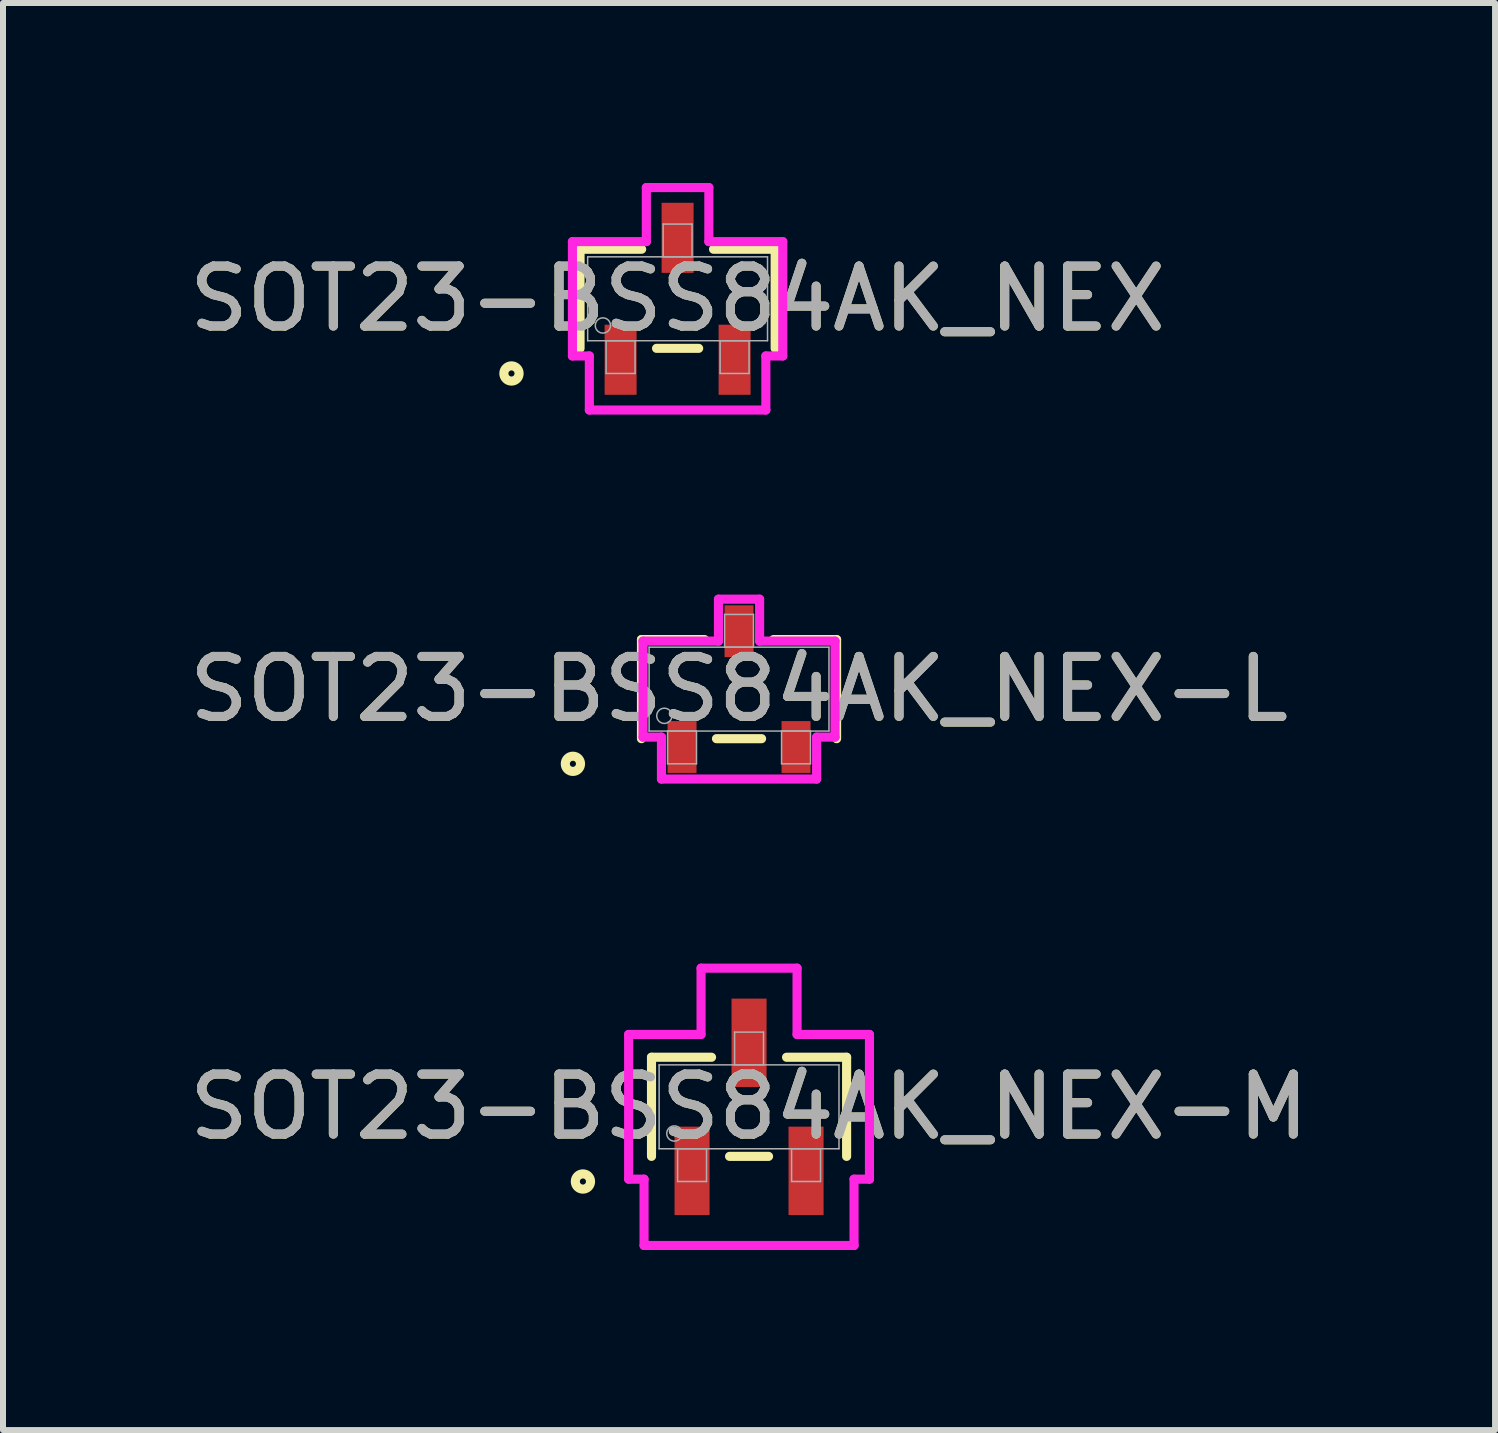
<source format=kicad_pcb>
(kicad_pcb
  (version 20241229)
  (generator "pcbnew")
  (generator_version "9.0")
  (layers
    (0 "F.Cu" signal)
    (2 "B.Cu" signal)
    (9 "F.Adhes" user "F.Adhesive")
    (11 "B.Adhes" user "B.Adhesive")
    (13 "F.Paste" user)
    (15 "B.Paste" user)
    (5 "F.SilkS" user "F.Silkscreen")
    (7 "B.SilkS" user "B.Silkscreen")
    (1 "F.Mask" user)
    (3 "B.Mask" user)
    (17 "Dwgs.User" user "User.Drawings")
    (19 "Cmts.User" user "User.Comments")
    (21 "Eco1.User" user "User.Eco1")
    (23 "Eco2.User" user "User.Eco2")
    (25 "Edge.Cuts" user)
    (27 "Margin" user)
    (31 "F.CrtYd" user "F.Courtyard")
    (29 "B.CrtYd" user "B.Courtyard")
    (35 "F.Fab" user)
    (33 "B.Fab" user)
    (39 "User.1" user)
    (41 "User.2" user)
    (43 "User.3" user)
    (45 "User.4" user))
  (footprint "SOT23-BSS84AK_NEX-L"
    (layer "F.Cu")
    (at 9.268 8.436)
    (property "Reference" "SOT23-BSS84AK_NEX-L" (at 0 0 0) (unlocked yes) (layer "F.SilkS") (effects (font (size 1 1) (thickness 0.15))))
    (attr smd)
    (fp_line (start -1.626 -0.826) (end -1.626 0.826) (stroke (width 0.152) (type solid)) (layer "F.SilkS"))
    (fp_line (start -0.574 -0.826) (end -1.626 -0.826) (stroke (width 0.152) (type solid)) (layer "F.SilkS"))
    (fp_line (start -0.376 0.826) (end 0.376 0.826) (stroke (width 0.152) (type solid)) (layer "F.SilkS"))
    (fp_line (start 1.626 -0.826) (end 0.574 -0.826) (stroke (width 0.152) (type solid)) (layer "F.SilkS"))
    (fp_line (start 1.626 0.826) (end 1.626 -0.826) (stroke (width 0.152) (type solid)) (layer "F.SilkS"))
    (fp_circle (center -2.769 1.245) (end -2.642 1.245) (stroke (width 0.152) (type solid)) (fill no) (layer "F.SilkS"))
    (fp_line (start -1.6 -0.8) (end -0.343 -0.8) (stroke (width 0.152) (type solid)) (layer "F.CrtYd"))
    (fp_line (start -1.6 0.8) (end -1.6 -0.8) (stroke (width 0.152) (type solid)) (layer "F.CrtYd"))
    (fp_line (start -1.6 0.8) (end -1.293 0.8) (stroke (width 0.152) (type solid)) (layer "F.CrtYd"))
    (fp_line (start -1.293 0.8) (end -1.293 1.499) (stroke (width 0.152) (type solid)) (layer "F.CrtYd"))
    (fp_line (start -1.293 1.499) (end 1.293 1.499) (stroke (width 0.152) (type solid)) (layer "F.CrtYd"))
    (fp_line (start -0.343 -1.499) (end 0.343 -1.499) (stroke (width 0.152) (type solid)) (layer "F.CrtYd"))
    (fp_line (start -0.343 -0.8) (end -0.343 -1.499) (stroke (width 0.152) (type solid)) (layer "F.CrtYd"))
    (fp_line (start 0.343 -0.8) (end 0.343 -1.499) (stroke (width 0.152) (type solid)) (layer "F.CrtYd"))
    (fp_line (start 1.293 0.8) (end 1.293 1.499) (stroke (width 0.152) (type solid)) (layer "F.CrtYd"))
    (fp_line (start 1.6 -0.8) (end 0.343 -0.8) (stroke (width 0.152) (type solid)) (layer "F.CrtYd"))
    (fp_line (start 1.6 -0.8) (end 1.6 0.8) (stroke (width 0.152) (type solid)) (layer "F.CrtYd"))
    (fp_line (start 1.6 0.8) (end 1.293 0.8) (stroke (width 0.152) (type solid)) (layer "F.CrtYd"))
    (fp_line (start -1.499 -0.699) (end -1.499 0.699) (stroke (width 0.025) (type solid)) (layer "F.Fab"))
    (fp_line (start -1.499 0.699) (end 1.499 0.699) (stroke (width 0.025) (type solid)) (layer "F.Fab"))
    (fp_line (start -1.191 0.699) (end -1.191 1.245) (stroke (width 0.025) (type solid)) (layer "F.Fab"))
    (fp_line (start -1.191 1.245) (end -0.709 1.245) (stroke (width 0.025) (type solid)) (layer "F.Fab"))
    (fp_line (start -0.709 0.699) (end -1.191 0.699) (stroke (width 0.025) (type solid)) (layer "F.Fab"))
    (fp_line (start -0.709 1.245) (end -0.709 0.699) (stroke (width 0.025) (type solid)) (layer "F.Fab"))
    (fp_line (start -0.241 -1.245) (end -0.241 -0.699) (stroke (width 0.025) (type solid)) (layer "F.Fab"))
    (fp_line (start -0.241 -0.699) (end 0.241 -0.699) (stroke (width 0.025) (type solid)) (layer "F.Fab"))
    (fp_line (start 0.241 -1.245) (end -0.241 -1.245) (stroke (width 0.025) (type solid)) (layer "F.Fab"))
    (fp_line (start 0.241 -0.699) (end 0.241 -1.245) (stroke (width 0.025) (type solid)) (layer "F.Fab"))
    (fp_line (start 0.709 0.699) (end 0.709 1.245) (stroke (width 0.025) (type solid)) (layer "F.Fab"))
    (fp_line (start 0.709 1.245) (end 1.191 1.245) (stroke (width 0.025) (type solid)) (layer "F.Fab"))
    (fp_line (start 1.191 0.699) (end 0.709 0.699) (stroke (width 0.025) (type solid)) (layer "F.Fab"))
    (fp_line (start 1.191 1.245) (end 1.191 0.699) (stroke (width 0.025) (type solid)) (layer "F.Fab"))
    (fp_line (start 1.499 -0.699) (end -1.499 -0.699) (stroke (width 0.025) (type solid)) (layer "F.Fab"))
    (fp_line (start 1.499 0.699) (end 1.499 -0.699) (stroke (width 0.025) (type solid)) (layer "F.Fab"))
    (fp_circle (center -1.245 0.445) (end -1.118 0.445) (stroke (width 0.025) (type solid)) (fill no) (layer "F.Fab"))
    (fp_text user "${REFERENCE}" (at 0 0 0) (unlocked yes) (layer "F.Fab") (effects (font (size 1 1) (thickness 0.15))))
    (pad "1" smd rect (at -0.95 0.965) (size 0.483 0.864) (layers "F.Cu" "F.Mask" "F.Paste"))
    (pad "2" smd rect (at 0.95 0.965) (size 0.483 0.864) (layers "F.Cu" "F.Mask" "F.Paste"))
    (pad "3" smd rect (at 0 -0.965) (size 0.483 0.864) (layers "F.Cu" "F.Mask" "F.Paste")))
  (footprint "SOT23-BSS84AK_NEX-M"
    (layer "F.Cu")
    (at 9.435 15.398)
    (property "Reference" "SOT23-BSS84AK_NEX-M" (at 0 0 0) (unlocked yes) (layer "F.SilkS") (effects (font (size 1 1) (thickness 0.15))))
    (attr smd)
    (fp_line (start -1.626 -0.826) (end -1.626 0.826) (stroke (width 0.152) (type solid)) (layer "F.SilkS"))
    (fp_line (start -0.625 -0.826) (end -1.626 -0.826) (stroke (width 0.152) (type solid)) (layer "F.SilkS"))
    (fp_line (start -0.325 0.826) (end 0.325 0.826) (stroke (width 0.152) (type solid)) (layer "F.SilkS"))
    (fp_line (start 1.626 -0.826) (end 0.625 -0.826) (stroke (width 0.152) (type solid)) (layer "F.SilkS"))
    (fp_line (start 1.626 0.826) (end 1.626 -0.826) (stroke (width 0.152) (type solid)) (layer "F.SilkS"))
    (fp_circle (center -2.769 1.245) (end -2.642 1.245) (stroke (width 0.152) (type solid)) (fill no) (layer "F.SilkS"))
    (fp_line (start -2.007 -1.206) (end -0.8 -1.206) (stroke (width 0.152) (type solid)) (layer "F.CrtYd"))
    (fp_line (start -2.007 1.206) (end -2.007 -1.206) (stroke (width 0.152) (type solid)) (layer "F.CrtYd"))
    (fp_line (start -2.007 1.206) (end -1.75 1.206) (stroke (width 0.152) (type solid)) (layer "F.CrtYd"))
    (fp_line (start -1.75 1.206) (end -1.75 2.311) (stroke (width 0.152) (type solid)) (layer "F.CrtYd"))
    (fp_line (start -1.75 2.311) (end 1.75 2.311) (stroke (width 0.152) (type solid)) (layer "F.CrtYd"))
    (fp_line (start -0.8 -2.311) (end 0.8 -2.311) (stroke (width 0.152) (type solid)) (layer "F.CrtYd"))
    (fp_line (start -0.8 -1.206) (end -0.8 -2.311) (stroke (width 0.152) (type solid)) (layer "F.CrtYd"))
    (fp_line (start 0.8 -1.206) (end 0.8 -2.311) (stroke (width 0.152) (type solid)) (layer "F.CrtYd"))
    (fp_line (start 1.75 1.206) (end 1.75 2.311) (stroke (width 0.152) (type solid)) (layer "F.CrtYd"))
    (fp_line (start 2.007 -1.206) (end 0.8 -1.206) (stroke (width 0.152) (type solid)) (layer "F.CrtYd"))
    (fp_line (start 2.007 -1.206) (end 2.007 1.206) (stroke (width 0.152) (type solid)) (layer "F.CrtYd"))
    (fp_line (start 2.007 1.206) (end 1.75 1.206) (stroke (width 0.152) (type solid)) (layer "F.CrtYd"))
    (fp_line (start -1.499 -0.699) (end -1.499 0.699) (stroke (width 0.025) (type solid)) (layer "F.Fab"))
    (fp_line (start -1.499 0.699) (end 1.499 0.699) (stroke (width 0.025) (type solid)) (layer "F.Fab"))
    (fp_line (start -1.191 0.699) (end -1.191 1.245) (stroke (width 0.025) (type solid)) (layer "F.Fab"))
    (fp_line (start -1.191 1.245) (end -0.709 1.245) (stroke (width 0.025) (type solid)) (layer "F.Fab"))
    (fp_line (start -0.709 0.699) (end -1.191 0.699) (stroke (width 0.025) (type solid)) (layer "F.Fab"))
    (fp_line (start -0.709 1.245) (end -0.709 0.699) (stroke (width 0.025) (type solid)) (layer "F.Fab"))
    (fp_line (start -0.241 -1.245) (end -0.241 -0.699) (stroke (width 0.025) (type solid)) (layer "F.Fab"))
    (fp_line (start -0.241 -0.699) (end 0.241 -0.699) (stroke (width 0.025) (type solid)) (layer "F.Fab"))
    (fp_line (start 0.241 -1.245) (end -0.241 -1.245) (stroke (width 0.025) (type solid)) (layer "F.Fab"))
    (fp_line (start 0.241 -0.699) (end 0.241 -1.245) (stroke (width 0.025) (type solid)) (layer "F.Fab"))
    (fp_line (start 0.709 0.699) (end 0.709 1.245) (stroke (width 0.025) (type solid)) (layer "F.Fab"))
    (fp_line (start 0.709 1.245) (end 1.191 1.245) (stroke (width 0.025) (type solid)) (layer "F.Fab"))
    (fp_line (start 1.191 0.699) (end 0.709 0.699) (stroke (width 0.025) (type solid)) (layer "F.Fab"))
    (fp_line (start 1.191 1.245) (end 1.191 0.699) (stroke (width 0.025) (type solid)) (layer "F.Fab"))
    (fp_line (start 1.499 -0.699) (end -1.499 -0.699) (stroke (width 0.025) (type solid)) (layer "F.Fab"))
    (fp_line (start 1.499 0.699) (end 1.499 -0.699) (stroke (width 0.025) (type solid)) (layer "F.Fab"))
    (fp_circle (center -1.245 0.445) (end -1.118 0.445) (stroke (width 0.025) (type solid)) (fill no) (layer "F.Fab"))
    (fp_text user "${REFERENCE}" (at 0 0 0) (unlocked yes) (layer "F.Fab") (effects (font (size 1 1) (thickness 0.15))))
    (pad "1" smd rect (at -0.95 1.067) (size 0.584 1.473) (layers "F.Cu" "F.Mask" "F.Paste"))
    (pad "2" smd rect (at 0.95 1.067) (size 0.584 1.473) (layers "F.Cu" "F.Mask" "F.Paste"))
    (pad "3" smd rect (at 0 -1.067) (size 0.584 1.473) (layers "F.Cu" "F.Mask" "F.Paste")))
  (footprint "SOT23-BSS84AK_NEX"
    (layer "F.Cu")
    (at 8.244 1.93)
    (property "Reference" "SOT23-BSS84AK_NEX" (at 0 0 0) (unlocked yes) (layer "F.SilkS") (effects (font (size 1 1) (thickness 0.15))))
    (attr smd)
    (fp_line (start -1.626 -0.826) (end -1.626 0.826) (stroke (width 0.152) (type solid)) (layer "F.SilkS"))
    (fp_line (start -0.599 -0.826) (end -1.626 -0.826) (stroke (width 0.152) (type solid)) (layer "F.SilkS"))
    (fp_line (start -0.351 0.826) (end 0.351 0.826) (stroke (width 0.152) (type solid)) (layer "F.SilkS"))
    (fp_line (start 1.626 -0.826) (end 0.599 -0.826) (stroke (width 0.152) (type solid)) (layer "F.SilkS"))
    (fp_line (start 1.626 0.826) (end 1.626 -0.826) (stroke (width 0.152) (type solid)) (layer "F.SilkS"))
    (fp_circle (center -2.769 1.245) (end -2.642 1.245) (stroke (width 0.152) (type solid)) (fill no) (layer "F.SilkS"))
    (fp_line (start -1.753 -0.953) (end -0.521 -0.953) (stroke (width 0.152) (type solid)) (layer "F.CrtYd"))
    (fp_line (start -1.753 0.953) (end -1.753 -0.953) (stroke (width 0.152) (type solid)) (layer "F.CrtYd"))
    (fp_line (start -1.753 0.953) (end -1.471 0.953) (stroke (width 0.152) (type solid)) (layer "F.CrtYd"))
    (fp_line (start -1.471 0.953) (end -1.471 1.854) (stroke (width 0.152) (type solid)) (layer "F.CrtYd"))
    (fp_line (start -1.471 1.854) (end 1.471 1.854) (stroke (width 0.152) (type solid)) (layer "F.CrtYd"))
    (fp_line (start -0.521 -1.854) (end 0.521 -1.854) (stroke (width 0.152) (type solid)) (layer "F.CrtYd"))
    (fp_line (start -0.521 -0.953) (end -0.521 -1.854) (stroke (width 0.152) (type solid)) (layer "F.CrtYd"))
    (fp_line (start 0.521 -0.953) (end 0.521 -1.854) (stroke (width 0.152) (type solid)) (layer "F.CrtYd"))
    (fp_line (start 1.471 0.953) (end 1.471 1.854) (stroke (width 0.152) (type solid)) (layer "F.CrtYd"))
    (fp_line (start 1.753 -0.953) (end 0.521 -0.953) (stroke (width 0.152) (type solid)) (layer "F.CrtYd"))
    (fp_line (start 1.753 -0.953) (end 1.753 0.953) (stroke (width 0.152) (type solid)) (layer "F.CrtYd"))
    (fp_line (start 1.753 0.953) (end 1.471 0.953) (stroke (width 0.152) (type solid)) (layer "F.CrtYd"))
    (fp_line (start -1.499 -0.699) (end -1.499 0.699) (stroke (width 0.025) (type solid)) (layer "F.Fab"))
    (fp_line (start -1.499 0.699) (end 1.499 0.699) (stroke (width 0.025) (type solid)) (layer "F.Fab"))
    (fp_line (start -1.191 0.699) (end -1.191 1.245) (stroke (width 0.025) (type solid)) (layer "F.Fab"))
    (fp_line (start -1.191 1.245) (end -0.709 1.245) (stroke (width 0.025) (type solid)) (layer "F.Fab"))
    (fp_line (start -0.709 0.699) (end -1.191 0.699) (stroke (width 0.025) (type solid)) (layer "F.Fab"))
    (fp_line (start -0.709 1.245) (end -0.709 0.699) (stroke (width 0.025) (type solid)) (layer "F.Fab"))
    (fp_line (start -0.241 -1.245) (end -0.241 -0.699) (stroke (width 0.025) (type solid)) (layer "F.Fab"))
    (fp_line (start -0.241 -0.699) (end 0.241 -0.699) (stroke (width 0.025) (type solid)) (layer "F.Fab"))
    (fp_line (start 0.241 -1.245) (end -0.241 -1.245) (stroke (width 0.025) (type solid)) (layer "F.Fab"))
    (fp_line (start 0.241 -0.699) (end 0.241 -1.245) (stroke (width 0.025) (type solid)) (layer "F.Fab"))
    (fp_line (start 0.709 0.699) (end 0.709 1.245) (stroke (width 0.025) (type solid)) (layer "F.Fab"))
    (fp_line (start 0.709 1.245) (end 1.191 1.245) (stroke (width 0.025) (type solid)) (layer "F.Fab"))
    (fp_line (start 1.191 0.699) (end 0.709 0.699) (stroke (width 0.025) (type solid)) (layer "F.Fab"))
    (fp_line (start 1.191 1.245) (end 1.191 0.699) (stroke (width 0.025) (type solid)) (layer "F.Fab"))
    (fp_line (start 1.499 -0.699) (end -1.499 -0.699) (stroke (width 0.025) (type solid)) (layer "F.Fab"))
    (fp_line (start 1.499 0.699) (end 1.499 -0.699) (stroke (width 0.025) (type solid)) (layer "F.Fab"))
    (fp_circle (center -1.245 0.445) (end -1.118 0.445) (stroke (width 0.025) (type solid)) (fill no) (layer "F.Fab"))
    (fp_text user "${REFERENCE}" (at 0 0 0) (unlocked yes) (layer "F.Fab") (effects (font (size 1 1) (thickness 0.15))))
    (pad "1" smd rect (at -0.95 1.016) (size 0.533 1.168) (layers "F.Cu" "F.Mask" "F.Paste"))
    (pad "2" smd rect (at 0.95 1.016) (size 0.533 1.168) (layers "F.Cu" "F.Mask" "F.Paste"))
    (pad "3" smd rect (at 0 -1.016) (size 0.533 1.168) (layers "F.Cu" "F.Mask" "F.Paste")))
  (gr_rect
    (start -3 -3)
    (end 21.869 20.786)
    (stroke (width 0.1) (type default))
    (fill no)
    (layer "Edge.Cuts")))
</source>
